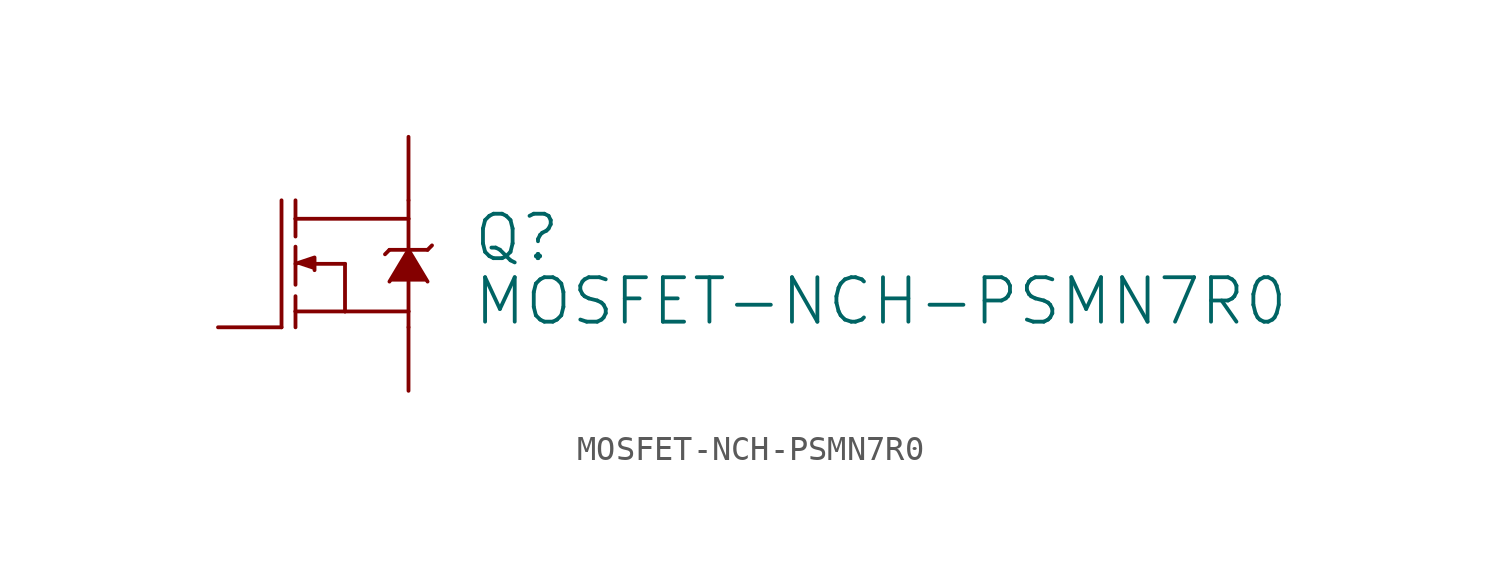
<source format=kicad_sym>
(kicad_symbol_lib
  (version 20211014)
  (generator kicad_symbol_editor)
  (symbol "MOSFET-NCH-PSMN7R0"
    (pin_names
      (offset 1.016))
    (property "Reference" "Q"
      (at 5.08 0 0)
      (effects (font (size 1.778 1.778)) (justify left bottom)))
    (property "Value" "MOSFET-NCH-PSMN7R0"
      (at 5.08 -2.54 0)
      (effects (font (size 1.778 1.778)) (justify left bottom)))
    (property "ki_locked" ""
      (at 0 0 0)
      (effects (font (size 1.27 1.27))))
    (symbol "MOSFET-NCH-PSMN7R0_1_0"
      (polyline (pts (xy -2.54 -2.54) (xy -2.54 2.54)) (stroke (width 0) (type default) (color 0 0 0 0)) (fill (type none)))
      (polyline (pts (xy -1.981 -1.905) (xy -1.981 -2.54)) (stroke (width 0) (type default) (color 0 0 0 0)) (fill (type none)))
      (polyline (pts (xy -1.981 -1.905) (xy 0 -1.905)) (stroke (width 0) (type default) (color 0 0 0 0)) (fill (type none)))
      (polyline (pts (xy -1.981 -1.295) (xy -1.981 -1.905)) (stroke (width 0) (type default) (color 0 0 0 0)) (fill (type none)))
      (polyline (pts (xy -1.981 0.686) (xy -1.981 -0.838)) (stroke (width 0) (type default) (color 0 0 0 0)) (fill (type none)))
      (polyline (pts (xy -1.981 1.803) (xy -1.981 1.092)) (stroke (width 0) (type default) (color 0 0 0 0)) (fill (type none)))
      (polyline (pts (xy -1.981 1.803) (xy 2.54 1.803)) (stroke (width 0) (type default) (color 0 0 0 0)) (fill (type none)))
      (polyline (pts (xy -1.981 2.54) (xy -1.981 1.803)) (stroke (width 0) (type default) (color 0 0 0 0)) (fill (type none)))
      (polyline (pts (xy 0 -1.905) (xy 0 0)) (stroke (width 0) (type default) (color 0 0 0 0)) (fill (type none)))
      (polyline (pts (xy 0 0) (xy -1.219 0)) (stroke (width 0) (type default) (color 0 0 0 0)) (fill (type none)))
      (polyline (pts (xy 1.6 0.381) (xy 1.778 0.559)) (stroke (width 0) (type default) (color 0 0 0 0)) (fill (type none)))
      (polyline (pts (xy 2.54 -2.54) (xy 2.54 -1.905)) (stroke (width 0) (type default) (color 0 0 0 0)) (fill (type none)))
      (polyline (pts (xy 2.54 -1.905) (xy 0 -1.905)) (stroke (width 0) (type default) (color 0 0 0 0)) (fill (type none)))
      (polyline (pts (xy 2.54 -0.711) (xy 2.54 -1.905)) (stroke (width 0) (type default) (color 0 0 0 0)) (fill (type none)))
      (polyline (pts (xy 2.54 0.559) (xy 1.778 0.559)) (stroke (width 0) (type default) (color 0 0 0 0)) (fill (type none)))
      (polyline (pts (xy 2.54 0.559) (xy 3.302 0.559)) (stroke (width 0) (type default) (color 0 0 0 0)) (fill (type none)))
      (polyline (pts (xy 2.54 1.803) (xy 2.54 0.559)) (stroke (width 0) (type default) (color 0 0 0 0)) (fill (type none)))
      (polyline (pts (xy 2.54 2.54) (xy 2.54 1.803)) (stroke (width 0) (type default) (color 0 0 0 0)) (fill (type none)))
      (polyline (pts (xy 3.302 0.559) (xy 3.48 0.737)) (stroke (width 0) (type default) (color 0 0 0 0)) (fill (type none)))
      (polyline (pts (xy -1.981 0) (xy -1.219 0.254) (xy -1.219 -0.254)) (stroke (width 0) (type default) (color 0 0 0 0)) (fill (type outline)))
      (polyline (pts (xy 1.778 -0.711) (xy 2.54 0.559) (xy 3.302 -0.711)) (stroke (width 0) (type default) (color 0 0 0 0)) (fill (type outline)))
      (pin bidirectional line (at -5.08 -2.54 0) (length 2.54) (name "G" (effects (font (size 0 0)))) (number "1" (effects (font (size 0 0)))))
      (pin bidirectional line (at 2.54 5.08 270) (length 2.54) (name "D" (effects (font (size 0 0)))) (number "2" (effects (font (size 0 0)))))
      (pin bidirectional line (at 2.54 -5.08 90) (length 2.54) (name "S" (effects (font (size 0 0)))) (number "3" (effects (font (size 0 0))))))))
</source>
